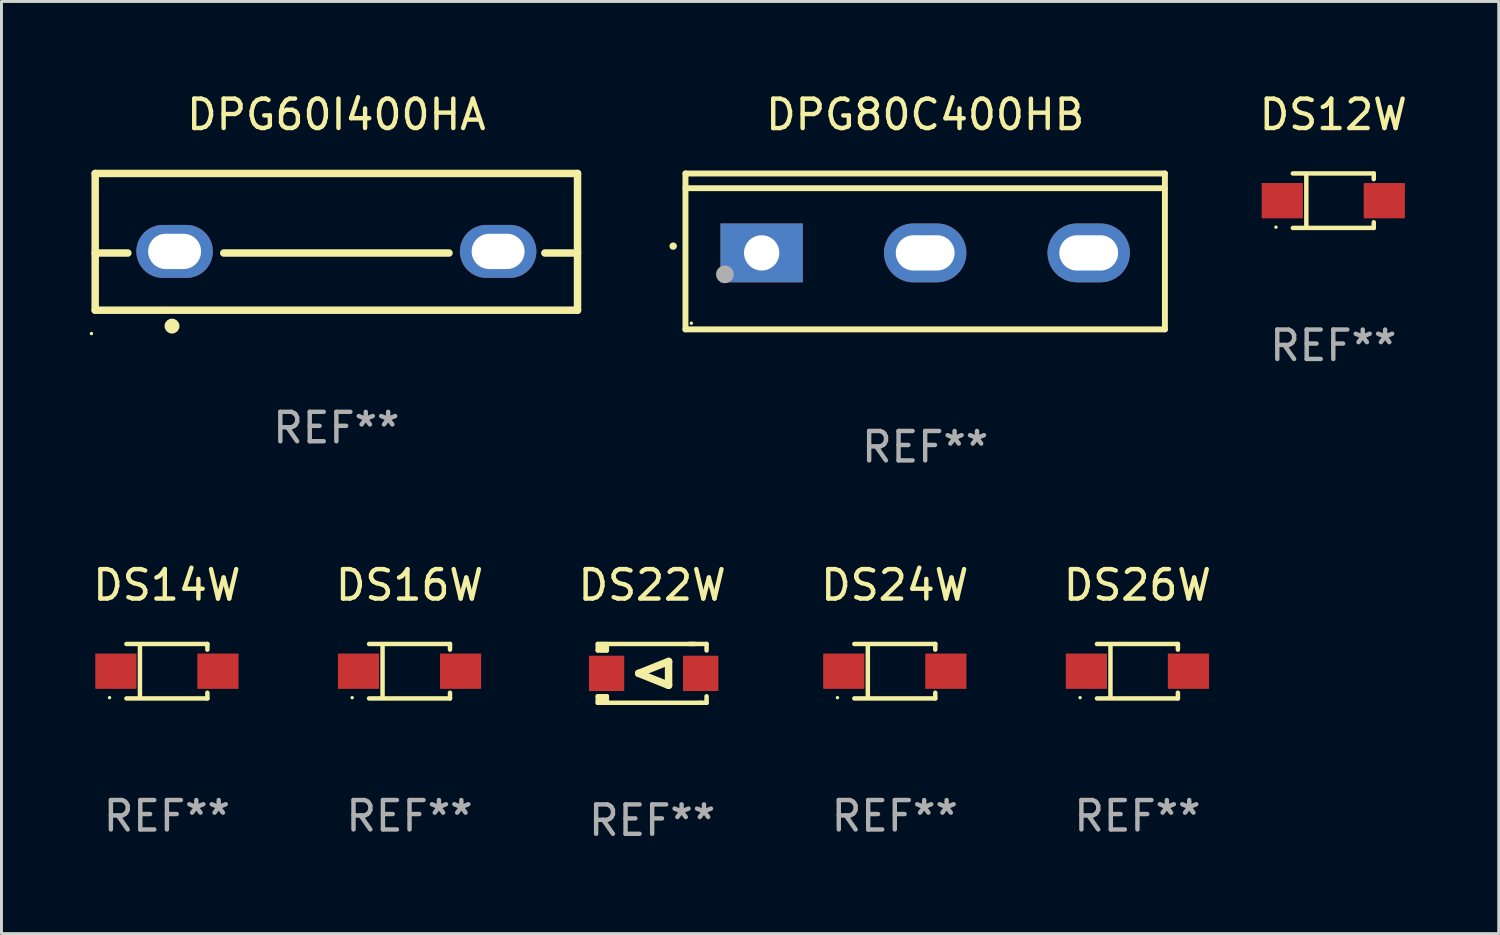
<source format=kicad_pcb>
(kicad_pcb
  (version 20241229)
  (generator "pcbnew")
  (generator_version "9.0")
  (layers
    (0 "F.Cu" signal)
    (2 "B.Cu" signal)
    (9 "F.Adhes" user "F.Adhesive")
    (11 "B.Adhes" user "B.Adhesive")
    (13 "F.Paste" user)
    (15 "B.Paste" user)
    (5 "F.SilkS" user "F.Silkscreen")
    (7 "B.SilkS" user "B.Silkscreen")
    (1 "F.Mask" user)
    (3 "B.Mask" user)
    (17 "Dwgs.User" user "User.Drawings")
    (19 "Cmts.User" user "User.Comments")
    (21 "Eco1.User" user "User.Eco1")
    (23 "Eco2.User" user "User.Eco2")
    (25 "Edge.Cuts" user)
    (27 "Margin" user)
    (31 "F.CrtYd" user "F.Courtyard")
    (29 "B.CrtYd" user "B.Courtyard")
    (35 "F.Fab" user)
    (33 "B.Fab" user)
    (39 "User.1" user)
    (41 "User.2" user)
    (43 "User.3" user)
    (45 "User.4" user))
  (footprint "DS12W"
    (layer "F.Cu")
    (at 42.285 3.774)
    (property "Reference" "DS12W" (at 0 -2.926 0) (layer "F.SilkS") (effects (font (size 1 1) (thickness 0.15))))
    (attr through_hole)
    (fp_line (start -1.376 -0.926) (end 1.376 -0.926) (stroke (width 0.152) (type solid)) (layer "F.SilkS"))
    (fp_line (start -1.376 0.926) (end 1.376 0.926) (stroke (width 0.152) (type solid)) (layer "F.SilkS"))
    (fp_line (start -0.917 -0.876) (end -0.917 0.876) (stroke (width 0.152) (type solid)) (layer "F.SilkS"))
    (fp_line (start 1.376 -0.926) (end 1.376 -0.733) (stroke (width 0.152) (type solid)) (layer "F.SilkS"))
    (fp_line (start 1.376 0.926) (end 1.376 0.733) (stroke (width 0.152) (type solid)) (layer "F.SilkS"))
    (fp_circle (center -1.95 0.9) (end -1.92 0.9) (stroke (width 0.06) (type solid)) (fill no) (layer "F.SilkS"))
    (fp_text user "REF**" (at 0 4.926 0) (layer "F.Fab") (effects (font (size 1 1) (thickness 0.15))))
    (pad "1" smd rect (at -1.735 0) (size 1.4 1.2) (layers "F.Cu" "F.Mask" "F.Paste"))
    (pad "2" smd rect (at 1.735 0) (size 1.4 1.2) (layers "F.Cu" "F.Mask" "F.Paste")))
  (footprint "DS22W"
    (layer "F.Cu")
    (at 19.125 19.846)
    (property "Reference" "DS22W" (at 0 -3 0) (layer "F.SilkS") (effects (font (size 1 1) (thickness 0.15))))
    (attr through_hole)
    (fp_line (start -1.85 -1) (end -1.85 -0.78) (stroke (width 0.152) (type solid)) (layer "F.SilkS"))
    (fp_line (start -1.85 0.78) (end -1.85 1) (stroke (width 0.152) (type solid)) (layer "F.SilkS"))
    (fp_line (start -1.85 1) (end 1.65 1) (stroke (width 0.152) (type solid)) (layer "F.SilkS"))
    (fp_line (start -1.741 -0.78) (end -1.741 -1) (stroke (width 0.152) (type solid)) (layer "F.SilkS"))
    (fp_line (start -1.741 1) (end -1.741 0.78) (stroke (width 0.152) (type solid)) (layer "F.SilkS"))
    (fp_line (start -1.641 -1) (end -1.641 -0.78) (stroke (width 0.152) (type solid)) (layer "F.SilkS"))
    (fp_line (start -1.641 0.78) (end -1.641 1) (stroke (width 0.152) (type solid)) (layer "F.SilkS"))
    (fp_line (start -1.541 -1) (end -1.541 -0.78) (stroke (width 0.152) (type solid)) (layer "F.SilkS"))
    (fp_line (start -1.541 -0.78) (end -1.85 -0.78) (stroke (width 0.152) (type solid)) (layer "F.SilkS"))
    (fp_line (start -1.541 0.78) (end -1.85 0.78) (stroke (width 0.152) (type solid)) (layer "F.SilkS"))
    (fp_line (start -1.541 0.78) (end -1.541 1) (stroke (width 0.152) (type solid)) (layer "F.SilkS"))
    (fp_line (start -0.458 0) (end 0.558 -0.406) (stroke (width 0.254) (type solid)) (layer "F.SilkS"))
    (fp_line (start 0.558 -0.406) (end 0.558 0.406) (stroke (width 0.254) (type solid)) (layer "F.SilkS"))
    (fp_line (start 0.558 0.406) (end -0.458 0) (stroke (width 0.254) (type solid)) (layer "F.SilkS"))
    (fp_line (start 1.45 -1) (end -1.85 -1) (stroke (width 0.152) (type solid)) (layer "F.SilkS"))
    (fp_line (start 1.65 1) (end 1.85 1) (stroke (width 0.152) (type solid)) (layer "F.SilkS"))
    (fp_line (start 1.85 -1) (end 1.25 -1) (stroke (width 0.152) (type solid)) (layer "F.SilkS"))
    (fp_line (start 1.85 -0.78) (end 1.85 -1) (stroke (width 0.152) (type solid)) (layer "F.SilkS"))
    (fp_line (start 1.85 1) (end 1.85 0.78) (stroke (width 0.152) (type solid)) (layer "F.SilkS"))
    (fp_circle (center -1.8 0.9) (end -1.77 0.9) (stroke (width 0.06) (type solid)) (fill no) (layer "F.SilkS"))
    (fp_text user "REF**" (at 0 5 0) (layer "F.Fab") (effects (font (size 1 1) (thickness 0.15))))
    (pad "1" smd rect (at -1.55 0.000051) (size 1.2 1.2) (layers "F.Cu" "F.Mask" "F.Paste"))
    (pad "2" smd rect (at 1.65 0.000051) (size 1.2 1.2) (layers "F.Cu" "F.Mask" "F.Paste")))
  (footprint "DS26W"
    (layer "F.Cu")
    (at 35.625 19.772)
    (property "Reference" "DS26W" (at 0 -2.926 0) (layer "F.SilkS") (effects (font (size 1 1) (thickness 0.15))))
    (attr through_hole)
    (fp_line (start -1.376 -0.926) (end 1.376 -0.926) (stroke (width 0.152) (type solid)) (layer "F.SilkS"))
    (fp_line (start -1.376 0.926) (end 1.376 0.926) (stroke (width 0.152) (type solid)) (layer "F.SilkS"))
    (fp_line (start -0.917 -0.876) (end -0.917 0.876) (stroke (width 0.152) (type solid)) (layer "F.SilkS"))
    (fp_line (start 1.376 -0.926) (end 1.376 -0.733) (stroke (width 0.152) (type solid)) (layer "F.SilkS"))
    (fp_line (start 1.376 0.926) (end 1.376 0.733) (stroke (width 0.152) (type solid)) (layer "F.SilkS"))
    (fp_circle (center -1.95 0.9) (end -1.92 0.9) (stroke (width 0.06) (type solid)) (fill no) (layer "F.SilkS"))
    (fp_text user "REF**" (at 0 4.926 0) (layer "F.Fab") (effects (font (size 1 1) (thickness 0.15))))
    (pad "1" smd rect (at -1.735 0) (size 1.4 1.2) (layers "F.Cu" "F.Mask" "F.Paste"))
    (pad "2" smd rect (at 1.735 0) (size 1.4 1.2) (layers "F.Cu" "F.Mask" "F.Paste")))
  (footprint "DPG80C400HB"
    (layer "F.Cu")
    (at 28.408 5.499)
    (property "Reference" "DPG80C400HB" (at 0 -4.65 0) (layer "F.SilkS") (effects (font (size 1 1) (thickness 0.15))))
    (attr through_hole)
    (fp_line (start -8.151 -2.65) (end -8.151 2.65) (stroke (width 0.201) (type solid)) (layer "F.SilkS"))
    (fp_line (start 8.151 -2.65) (end -8.151 -2.65) (stroke (width 0.201) (type solid)) (layer "F.SilkS"))
    (fp_line (start 8.151 -2.15) (end -8.151 -2.15) (stroke (width 0.201) (type solid)) (layer "F.SilkS"))
    (fp_line (start 8.151 2.65) (end -8.151 2.65) (stroke (width 0.201) (type solid)) (layer "F.SilkS"))
    (fp_line (start 8.151 2.65) (end 8.151 -2.65) (stroke (width 0.201) (type solid)) (layer "F.SilkS"))
    (fp_arc (start -8.570003 -0.18048) (mid -8.568733 -0.180486) (end -8.567463 -0.18048) (stroke (width 0.24892) (type solid)) (layer "F.SilkS"))
    (fp_circle (center -7.95 2.44) (end -7.92 2.44) (stroke (width 0.06) (type solid)) (fill no) (layer "F.SilkS"))
    (fp_circle (center -6.81 0.78) (end -6.66 0.78) (stroke (width 0.3) (type solid)) (fill no) (layer "F.Fab"))
    (fp_text user "REF**" (at 0 6.65 0) (layer "F.Fab") (effects (font (size 1 1) (thickness 0.15))))
    (pad "1" thru_hole rect (at -5.56 0.05 90) (size 2 2.8) (drill 1.2) (layers "*.Cu" "*.Mask"))
    (pad "2" thru_hole oval (at 0 0.05 90) (size 2 2.8) (drill oval 1.2 2) (layers "*.Cu" "*.Mask"))
    (pad "3" thru_hole oval (at 5.56 0.05 90) (size 2 2.8) (drill oval 1.2 2) (layers "*.Cu" "*.Mask")))
  (footprint "DS16W"
    (layer "F.Cu")
    (at 10.875 19.772)
    (property "Reference" "DS16W" (at 0 -2.926 0) (layer "F.SilkS") (effects (font (size 1 1) (thickness 0.15))))
    (attr through_hole)
    (fp_line (start -1.376 -0.926) (end 1.376 -0.926) (stroke (width 0.152) (type solid)) (layer "F.SilkS"))
    (fp_line (start -1.376 0.926) (end 1.376 0.926) (stroke (width 0.152) (type solid)) (layer "F.SilkS"))
    (fp_line (start -0.917 -0.876) (end -0.917 0.876) (stroke (width 0.152) (type solid)) (layer "F.SilkS"))
    (fp_line (start 1.376 -0.926) (end 1.376 -0.733) (stroke (width 0.152) (type solid)) (layer "F.SilkS"))
    (fp_line (start 1.376 0.926) (end 1.376 0.733) (stroke (width 0.152) (type solid)) (layer "F.SilkS"))
    (fp_circle (center -1.95 0.9) (end -1.92 0.9) (stroke (width 0.06) (type solid)) (fill no) (layer "F.SilkS"))
    (fp_text user "REF**" (at 0 4.926 0) (layer "F.Fab") (effects (font (size 1 1) (thickness 0.15))))
    (pad "1" smd rect (at -1.735 0) (size 1.4 1.2) (layers "F.Cu" "F.Mask" "F.Paste"))
    (pad "2" smd rect (at 1.735 0) (size 1.4 1.2) (layers "F.Cu" "F.Mask" "F.Paste")))
  (footprint "DS14W"
    (layer "F.Cu")
    (at 2.625 19.772)
    (property "Reference" "DS14W" (at 0 -2.926 0) (layer "F.SilkS") (effects (font (size 1 1) (thickness 0.15))))
    (attr through_hole)
    (fp_line (start -1.376 -0.926) (end 1.376 -0.926) (stroke (width 0.152) (type solid)) (layer "F.SilkS"))
    (fp_line (start -1.376 0.926) (end 1.376 0.926) (stroke (width 0.152) (type solid)) (layer "F.SilkS"))
    (fp_line (start -0.917 -0.876) (end -0.917 0.876) (stroke (width 0.152) (type solid)) (layer "F.SilkS"))
    (fp_line (start 1.376 -0.926) (end 1.376 -0.733) (stroke (width 0.152) (type solid)) (layer "F.SilkS"))
    (fp_line (start 1.376 0.926) (end 1.376 0.733) (stroke (width 0.152) (type solid)) (layer "F.SilkS"))
    (fp_circle (center -1.95 0.9) (end -1.92 0.9) (stroke (width 0.06) (type solid)) (fill no) (layer "F.SilkS"))
    (fp_text user "REF**" (at 0 4.926 0) (layer "F.Fab") (effects (font (size 1 1) (thickness 0.15))))
    (pad "1" smd rect (at -1.735 0) (size 1.4 1.2) (layers "F.Cu" "F.Mask" "F.Paste"))
    (pad "2" smd rect (at 1.735 0) (size 1.4 1.2) (layers "F.Cu" "F.Mask" "F.Paste")))
  (footprint "DS24W"
    (layer "F.Cu")
    (at 27.375 19.772)
    (property "Reference" "DS24W" (at 0 -2.926 0) (layer "F.SilkS") (effects (font (size 1 1) (thickness 0.15))))
    (attr through_hole)
    (fp_line (start -1.376 -0.926) (end 1.376 -0.926) (stroke (width 0.152) (type solid)) (layer "F.SilkS"))
    (fp_line (start -1.376 0.926) (end 1.376 0.926) (stroke (width 0.152) (type solid)) (layer "F.SilkS"))
    (fp_line (start -0.917 -0.876) (end -0.917 0.876) (stroke (width 0.152) (type solid)) (layer "F.SilkS"))
    (fp_line (start 1.376 -0.926) (end 1.376 -0.733) (stroke (width 0.152) (type solid)) (layer "F.SilkS"))
    (fp_line (start 1.376 0.926) (end 1.376 0.733) (stroke (width 0.152) (type solid)) (layer "F.SilkS"))
    (fp_circle (center -1.95 0.9) (end -1.92 0.9) (stroke (width 0.06) (type solid)) (fill no) (layer "F.SilkS"))
    (fp_text user "REF**" (at 0 4.926 0) (layer "F.Fab") (effects (font (size 1 1) (thickness 0.15))))
    (pad "1" smd rect (at -1.735 0) (size 1.4 1.2) (layers "F.Cu" "F.Mask" "F.Paste"))
    (pad "2" smd rect (at 1.735 0) (size 1.4 1.2) (layers "F.Cu" "F.Mask" "F.Paste")))
  (footprint "DPG60I400HA"
    (layer "F.Cu")
    (at 8.387 5.173)
    (property "Reference" "DPG60I400HA" (at 0 -4.325 0) (layer "F.SilkS") (effects (font (size 1 1) (thickness 0.15))))
    (attr through_hole)
    (fp_line (start -8.2 -2.325) (end -8.2 2.325) (stroke (width 0.254) (type solid)) (layer "F.SilkS"))
    (fp_line (start -8.2 -2.325) (end 8.2 -2.325) (stroke (width 0.254) (type solid)) (layer "F.SilkS"))
    (fp_line (start -8.2 0.38) (end -7.09 0.38) (stroke (width 0.254) (type solid)) (layer "F.SilkS"))
    (fp_line (start -8.2 2.325) (end 8.2 2.325) (stroke (width 0.254) (type solid)) (layer "F.SilkS"))
    (fp_line (start -3.83 0.38) (end 3.83 0.38) (stroke (width 0.254) (type solid)) (layer "F.SilkS"))
    (fp_line (start 7.09 0.38) (end 8.2 0.38) (stroke (width 0.254) (type solid)) (layer "F.SilkS"))
    (fp_line (start 8.2 -2.325) (end 8.2 2.325) (stroke (width 0.254) (type solid)) (layer "F.SilkS"))
    (fp_circle (center -8.327 3.119) (end -8.297 3.119) (stroke (width 0.06) (type solid)) (fill no) (layer "F.SilkS"))
    (fp_circle (center -5.588 2.865) (end -5.461 2.865) (stroke (width 0.254) (type solid)) (fill no) (layer "F.SilkS"))
    (fp_text user "REF**" (at 0 6.325 0) (layer "F.Fab") (effects (font (size 1 1) (thickness 0.15))))
    (pad "1" thru_hole oval (at -5.5 0.325) (size 2.6 1.8) (drill oval 1.8 1.2) (layers "*.Cu" "*.Mask"))
    (pad "3" thru_hole oval (at 5.5 0.325) (size 2.6 1.8) (drill oval 1.8 1.2) (layers "*.Cu" "*.Mask")))
  (gr_rect
    (start -3 -3)
    (end 47.91 28.694)
    (stroke (width 0.1) (type default))
    (fill no)
    (layer "Edge.Cuts")))
</source>
